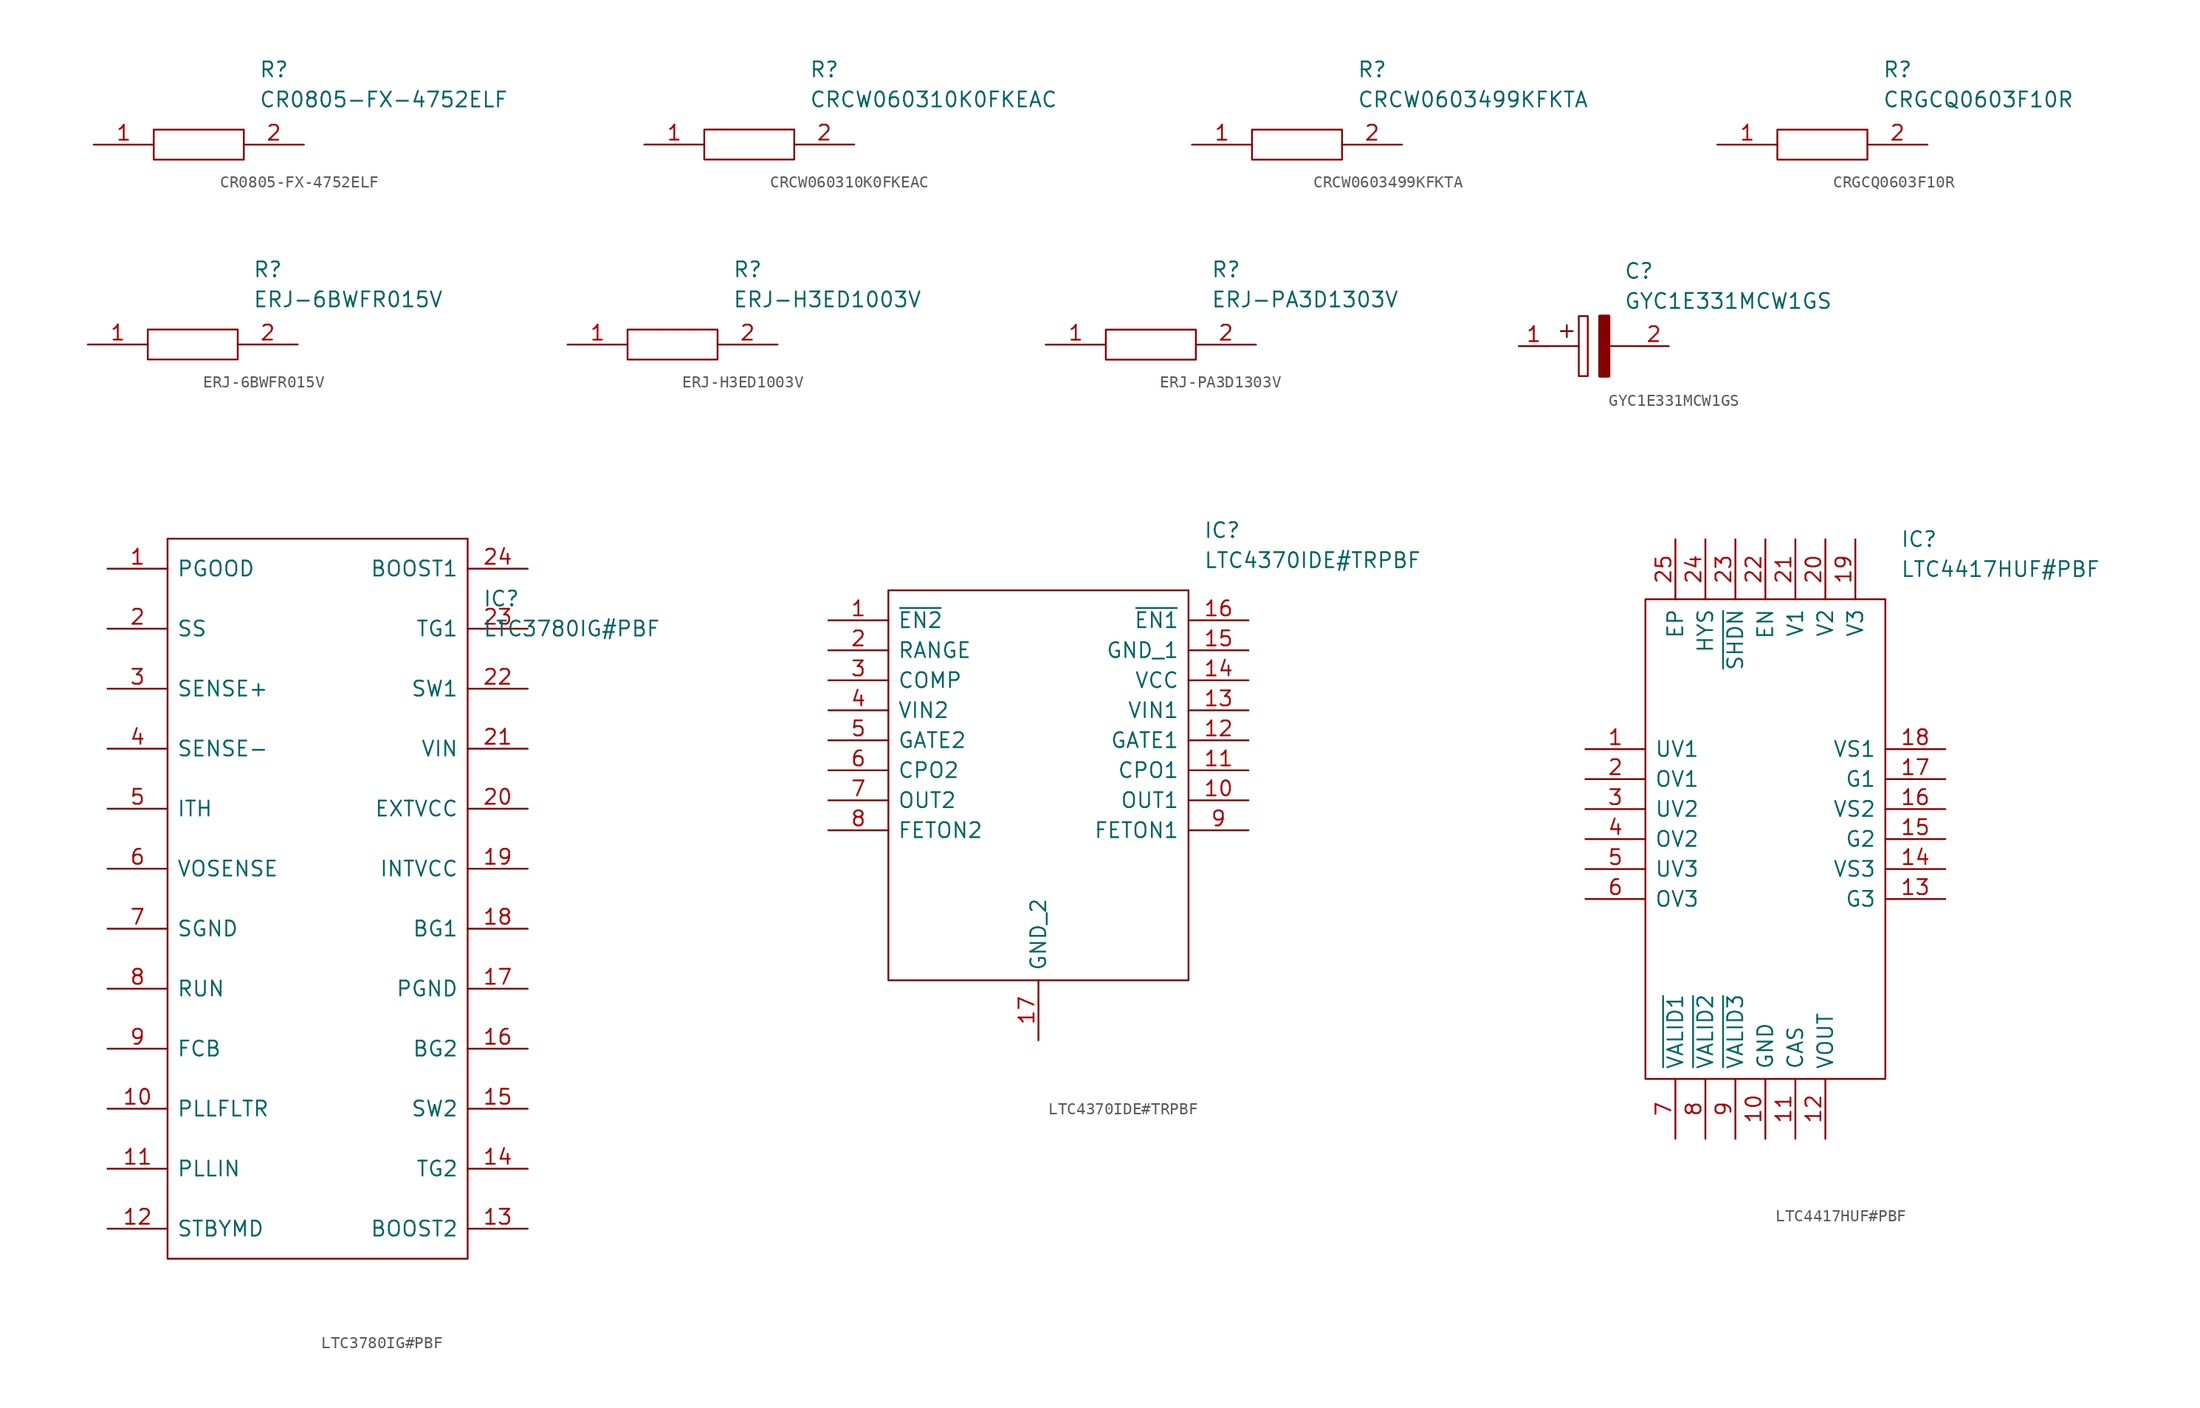
<source format=kicad_sym>
(kicad_symbol_lib
  (version 20211014)
  (generator kicad_symbol_editor)
  (symbol "CR0805-FX-4752ELF"
    (pin_names
      (offset 0.762))
    (property "Reference" "R"
      (at 13.97 6.35 0)
      (effects (font (size 1.27 1.27)) (justify left)))
    (property "Value" "CR0805-FX-4752ELF"
      (at 13.97 3.81 0)
      (effects (font (size 1.27 1.27)) (justify left)))
    (symbol "CR0805-FX-4752ELF_0_0"
      (pin passive line (at 0 0 0) (length 5.08) (name "~" (effects (font (size 1.27 1.27)))) (number "1" (effects (font (size 1.27 1.27)))))
      (pin passive line (at 17.78 0 180) (length 5.08) (name "~" (effects (font (size 1.27 1.27)))) (number "2" (effects (font (size 1.27 1.27))))))
    (symbol "CR0805-FX-4752ELF_0_1"
      (polyline (pts (xy 5.08 1.27) (xy 12.7 1.27) (xy 12.7 -1.27) (xy 5.08 -1.27) (xy 5.08 1.27)) (stroke (width 0.152) (type default) (color 0 0 0 0)) (fill (type none)))))
  (symbol "CRCW060310K0FKEAC"
    (pin_names
      (offset 0.762))
    (property "Reference" "R"
      (at 13.97 6.35 0)
      (effects (font (size 1.27 1.27)) (justify left)))
    (property "Value" "CRCW060310K0FKEAC"
      (at 13.97 3.81 0)
      (effects (font (size 1.27 1.27)) (justify left)))
    (symbol "CRCW060310K0FKEAC_0_0"
      (pin passive line (at 0 0 0) (length 5.08) (name "~" (effects (font (size 1.27 1.27)))) (number "1" (effects (font (size 1.27 1.27)))))
      (pin passive line (at 17.78 0 180) (length 5.08) (name "~" (effects (font (size 1.27 1.27)))) (number "2" (effects (font (size 1.27 1.27))))))
    (symbol "CRCW060310K0FKEAC_0_1"
      (polyline (pts (xy 5.08 1.27) (xy 12.7 1.27) (xy 12.7 -1.27) (xy 5.08 -1.27) (xy 5.08 1.27)) (stroke (width 0.152) (type default) (color 0 0 0 0)) (fill (type none)))))
  (symbol "CRCW0603499KFKTA"
    (pin_names
      (offset 0.762))
    (property "Reference" "R"
      (at 13.97 6.35 0)
      (effects (font (size 1.27 1.27)) (justify left)))
    (property "Value" "CRCW0603499KFKTA"
      (at 13.97 3.81 0)
      (effects (font (size 1.27 1.27)) (justify left)))
    (symbol "CRCW0603499KFKTA_0_0"
      (pin passive line (at 0 0 0) (length 5.08) (name "~" (effects (font (size 1.27 1.27)))) (number "1" (effects (font (size 1.27 1.27)))))
      (pin passive line (at 17.78 0 180) (length 5.08) (name "~" (effects (font (size 1.27 1.27)))) (number "2" (effects (font (size 1.27 1.27))))))
    (symbol "CRCW0603499KFKTA_0_1"
      (polyline (pts (xy 5.08 1.27) (xy 12.7 1.27) (xy 12.7 -1.27) (xy 5.08 -1.27) (xy 5.08 1.27)) (stroke (width 0.152) (type default) (color 0 0 0 0)) (fill (type none)))))
  (symbol "CRGCQ0603F10R"
    (pin_names
      (offset 0.762))
    (property "Reference" "R"
      (at 13.97 6.35 0)
      (effects (font (size 1.27 1.27)) (justify left)))
    (property "Value" "CRGCQ0603F10R"
      (at 13.97 3.81 0)
      (effects (font (size 1.27 1.27)) (justify left)))
    (symbol "CRGCQ0603F10R_0_0"
      (pin passive line (at 0 0 0) (length 5.08) (name "~" (effects (font (size 1.27 1.27)))) (number "1" (effects (font (size 1.27 1.27)))))
      (pin passive line (at 17.78 0 180) (length 5.08) (name "~" (effects (font (size 1.27 1.27)))) (number "2" (effects (font (size 1.27 1.27))))))
    (symbol "CRGCQ0603F10R_0_1"
      (polyline (pts (xy 5.08 1.27) (xy 12.7 1.27) (xy 12.7 -1.27) (xy 5.08 -1.27) (xy 5.08 1.27)) (stroke (width 0.152) (type default) (color 0 0 0 0)) (fill (type none)))))
  (symbol "ERJ-6BWFR015V"
    (pin_names
      (offset 0.762))
    (property "Reference" "R"
      (at 13.97 6.35 0)
      (effects (font (size 1.27 1.27)) (justify left)))
    (property "Value" "ERJ-6BWFR015V"
      (at 13.97 3.81 0)
      (effects (font (size 1.27 1.27)) (justify left)))
    (symbol "ERJ-6BWFR015V_0_0"
      (pin passive line (at 0 0 0) (length 5.08) (name "~" (effects (font (size 1.27 1.27)))) (number "1" (effects (font (size 1.27 1.27)))))
      (pin passive line (at 17.78 0 180) (length 5.08) (name "~" (effects (font (size 1.27 1.27)))) (number "2" (effects (font (size 1.27 1.27))))))
    (symbol "ERJ-6BWFR015V_0_1"
      (polyline (pts (xy 5.08 1.27) (xy 12.7 1.27) (xy 12.7 -1.27) (xy 5.08 -1.27) (xy 5.08 1.27)) (stroke (width 0.152) (type default) (color 0 0 0 0)) (fill (type none)))))
  (symbol "ERJ-H3ED1003V"
    (pin_names
      (offset 0.762))
    (property "Reference" "R"
      (at 13.97 6.35 0)
      (effects (font (size 1.27 1.27)) (justify left)))
    (property "Value" "ERJ-H3ED1003V"
      (at 13.97 3.81 0)
      (effects (font (size 1.27 1.27)) (justify left)))
    (symbol "ERJ-H3ED1003V_0_0"
      (pin passive line (at 0 0 0) (length 5.08) (name "~" (effects (font (size 1.27 1.27)))) (number "1" (effects (font (size 1.27 1.27)))))
      (pin passive line (at 17.78 0 180) (length 5.08) (name "~" (effects (font (size 1.27 1.27)))) (number "2" (effects (font (size 1.27 1.27))))))
    (symbol "ERJ-H3ED1003V_0_1"
      (polyline (pts (xy 5.08 1.27) (xy 12.7 1.27) (xy 12.7 -1.27) (xy 5.08 -1.27) (xy 5.08 1.27)) (stroke (width 0.152) (type default) (color 0 0 0 0)) (fill (type none)))))
  (symbol "ERJ-PA3D1303V"
    (pin_names
      (offset 0.762))
    (property "Reference" "R"
      (at 13.97 6.35 0)
      (effects (font (size 1.27 1.27)) (justify left)))
    (property "Value" "ERJ-PA3D1303V"
      (at 13.97 3.81 0)
      (effects (font (size 1.27 1.27)) (justify left)))
    (symbol "ERJ-PA3D1303V_0_0"
      (pin passive line (at 0 0 0) (length 5.08) (name "~" (effects (font (size 1.27 1.27)))) (number "1" (effects (font (size 1.27 1.27)))))
      (pin passive line (at 17.78 0 180) (length 5.08) (name "~" (effects (font (size 1.27 1.27)))) (number "2" (effects (font (size 1.27 1.27))))))
    (symbol "ERJ-PA3D1303V_0_1"
      (polyline (pts (xy 5.08 1.27) (xy 12.7 1.27) (xy 12.7 -1.27) (xy 5.08 -1.27) (xy 5.08 1.27)) (stroke (width 0.152) (type default) (color 0 0 0 0)) (fill (type none)))))
  (symbol "GYC1E331MCW1GS"
    (pin_names
      (offset 0.762))
    (property "Reference" "C"
      (at 8.89 6.35 0)
      (effects (font (size 1.27 1.27)) (justify left)))
    (property "Value" "GYC1E331MCW1GS"
      (at 8.89 3.81 0)
      (effects (font (size 1.27 1.27)) (justify left)))
    (symbol "GYC1E331MCW1GS_0_0"
      (pin passive line (at 0 0 0) (length 2.54) (name "~" (effects (font (size 1.27 1.27)))) (number "1" (effects (font (size 1.27 1.27)))))
      (pin passive line (at 12.7 0 180) (length 2.54) (name "~" (effects (font (size 1.27 1.27)))) (number "2" (effects (font (size 1.27 1.27))))))
    (symbol "GYC1E331MCW1GS_0_1"
      (polyline (pts (xy 2.54 0) (xy 5.08 0)) (stroke (width 0.152) (type default) (color 0 0 0 0)) (fill (type none)))
      (polyline (pts (xy 4.064 1.778) (xy 4.064 0.762)) (stroke (width 0.152) (type default) (color 0 0 0 0)) (fill (type none)))
      (polyline (pts (xy 4.572 1.27) (xy 3.556 1.27)) (stroke (width 0.152) (type default) (color 0 0 0 0)) (fill (type none)))
      (polyline (pts (xy 7.62 0) (xy 10.16 0)) (stroke (width 0.152) (type default) (color 0 0 0 0)) (fill (type none)))
      (polyline (pts (xy 5.08 2.54) (xy 5.08 -2.54) (xy 5.842 -2.54) (xy 5.842 2.54) (xy 5.08 2.54)) (stroke (width 0.152) (type default) (color 0 0 0 0)) (fill (type none)))
      (polyline (pts (xy 7.62 2.54) (xy 7.62 -2.54) (xy 6.858 -2.54) (xy 6.858 2.54) (xy 7.62 2.54)) (stroke (width 0.254) (type default) (color 0 0 0 0)) (fill (type outline)))))
  (symbol "LTC3780IG#PBF"
    (pin_names
      (offset 0.762))
    (property "Reference" "IC"
      (at 31.75 7.62 0)
      (effects (font (size 1.27 1.27)) (justify left)))
    (property "Value" "LTC3780IG#PBF"
      (at 31.75 5.08 0)
      (effects (font (size 1.27 1.27)) (justify left)))
    (symbol "LTC3780IG#PBF_0_0"
      (pin passive line (at 0 10.16 0) (length 5.08) (name "PGOOD" (effects (font (size 1.27 1.27)))) (number "1" (effects (font (size 1.27 1.27)))))
      (pin passive line (at 0 -35.56 0) (length 5.08) (name "PLLFLTR" (effects (font (size 1.27 1.27)))) (number "10" (effects (font (size 1.27 1.27)))))
      (pin passive line (at 0 -40.64 0) (length 5.08) (name "PLLIN" (effects (font (size 1.27 1.27)))) (number "11" (effects (font (size 1.27 1.27)))))
      (pin passive line (at 0 -45.72 0) (length 5.08) (name "STBYMD" (effects (font (size 1.27 1.27)))) (number "12" (effects (font (size 1.27 1.27)))))
      (pin passive line (at 35.56 -45.72 180) (length 5.08) (name "BOOST2" (effects (font (size 1.27 1.27)))) (number "13" (effects (font (size 1.27 1.27)))))
      (pin passive line (at 35.56 -40.64 180) (length 5.08) (name "TG2" (effects (font (size 1.27 1.27)))) (number "14" (effects (font (size 1.27 1.27)))))
      (pin passive line (at 35.56 -35.56 180) (length 5.08) (name "SW2" (effects (font (size 1.27 1.27)))) (number "15" (effects (font (size 1.27 1.27)))))
      (pin passive line (at 35.56 -30.48 180) (length 5.08) (name "BG2" (effects (font (size 1.27 1.27)))) (number "16" (effects (font (size 1.27 1.27)))))
      (pin passive line (at 35.56 -25.4 180) (length 5.08) (name "PGND" (effects (font (size 1.27 1.27)))) (number "17" (effects (font (size 1.27 1.27)))))
      (pin passive line (at 35.56 -20.32 180) (length 5.08) (name "BG1" (effects (font (size 1.27 1.27)))) (number "18" (effects (font (size 1.27 1.27)))))
      (pin passive line (at 35.56 -15.24 180) (length 5.08) (name "INTVCC" (effects (font (size 1.27 1.27)))) (number "19" (effects (font (size 1.27 1.27)))))
      (pin passive line (at 0 5.08 0) (length 5.08) (name "SS" (effects (font (size 1.27 1.27)))) (number "2" (effects (font (size 1.27 1.27)))))
      (pin passive line (at 35.56 -10.16 180) (length 5.08) (name "EXTVCC" (effects (font (size 1.27 1.27)))) (number "20" (effects (font (size 1.27 1.27)))))
      (pin passive line (at 35.56 -5.08 180) (length 5.08) (name "VIN" (effects (font (size 1.27 1.27)))) (number "21" (effects (font (size 1.27 1.27)))))
      (pin passive line (at 35.56 0 180) (length 5.08) (name "SW1" (effects (font (size 1.27 1.27)))) (number "22" (effects (font (size 1.27 1.27)))))
      (pin passive line (at 35.56 5.08 180) (length 5.08) (name "TG1" (effects (font (size 1.27 1.27)))) (number "23" (effects (font (size 1.27 1.27)))))
      (pin passive line (at 35.56 10.16 180) (length 5.08) (name "BOOST1" (effects (font (size 1.27 1.27)))) (number "24" (effects (font (size 1.27 1.27)))))
      (pin passive line (at 0 0 0) (length 5.08) (name "SENSE+" (effects (font (size 1.27 1.27)))) (number "3" (effects (font (size 1.27 1.27)))))
      (pin passive line (at 0 -5.08 0) (length 5.08) (name "SENSE-" (effects (font (size 1.27 1.27)))) (number "4" (effects (font (size 1.27 1.27)))))
      (pin passive line (at 0 -10.16 0) (length 5.08) (name "ITH" (effects (font (size 1.27 1.27)))) (number "5" (effects (font (size 1.27 1.27)))))
      (pin passive line (at 0 -15.24 0) (length 5.08) (name "VOSENSE" (effects (font (size 1.27 1.27)))) (number "6" (effects (font (size 1.27 1.27)))))
      (pin passive line (at 0 -20.32 0) (length 5.08) (name "SGND" (effects (font (size 1.27 1.27)))) (number "7" (effects (font (size 1.27 1.27)))))
      (pin passive line (at 0 -25.4 0) (length 5.08) (name "RUN" (effects (font (size 1.27 1.27)))) (number "8" (effects (font (size 1.27 1.27)))))
      (pin passive line (at 0 -30.48 0) (length 5.08) (name "FCB" (effects (font (size 1.27 1.27)))) (number "9" (effects (font (size 1.27 1.27))))))
    (symbol "LTC3780IG#PBF_0_1"
      (polyline (pts (xy 5.08 12.7) (xy 30.48 12.7) (xy 30.48 -48.26) (xy 5.08 -48.26) (xy 5.08 12.7)) (stroke (width 0.152) (type default) (color 0 0 0 0)) (fill (type none)))))
  (symbol "LTC4370IDE#TRPBF"
    (pin_names
      (offset 0.762))
    (property "Reference" "IC"
      (at 31.75 7.62 0)
      (effects (font (size 1.27 1.27)) (justify left)))
    (property "Value" "LTC4370IDE#TRPBF"
      (at 31.75 5.08 0)
      (effects (font (size 1.27 1.27)) (justify left)))
    (symbol "LTC4370IDE#TRPBF_0_0"
      (pin passive line (at 0 0 0) (length 5.08) (name "~{EN2}" (effects (font (size 1.27 1.27)))) (number "1" (effects (font (size 1.27 1.27)))))
      (pin passive line (at 35.56 -15.24 180) (length 5.08) (name "OUT1" (effects (font (size 1.27 1.27)))) (number "10" (effects (font (size 1.27 1.27)))))
      (pin passive line (at 35.56 -12.7 180) (length 5.08) (name "CPO1" (effects (font (size 1.27 1.27)))) (number "11" (effects (font (size 1.27 1.27)))))
      (pin passive line (at 35.56 -10.16 180) (length 5.08) (name "GATE1" (effects (font (size 1.27 1.27)))) (number "12" (effects (font (size 1.27 1.27)))))
      (pin passive line (at 35.56 -7.62 180) (length 5.08) (name "VIN1" (effects (font (size 1.27 1.27)))) (number "13" (effects (font (size 1.27 1.27)))))
      (pin passive line (at 35.56 -5.08 180) (length 5.08) (name "VCC" (effects (font (size 1.27 1.27)))) (number "14" (effects (font (size 1.27 1.27)))))
      (pin passive line (at 35.56 -2.54 180) (length 5.08) (name "GND_1" (effects (font (size 1.27 1.27)))) (number "15" (effects (font (size 1.27 1.27)))))
      (pin passive line (at 35.56 0 180) (length 5.08) (name "~{EN1}" (effects (font (size 1.27 1.27)))) (number "16" (effects (font (size 1.27 1.27)))))
      (pin passive line (at 17.78 -35.56 90) (length 5.08) (name "GND_2" (effects (font (size 1.27 1.27)))) (number "17" (effects (font (size 1.27 1.27)))))
      (pin passive line (at 0 -2.54 0) (length 5.08) (name "RANGE" (effects (font (size 1.27 1.27)))) (number "2" (effects (font (size 1.27 1.27)))))
      (pin passive line (at 0 -5.08 0) (length 5.08) (name "COMP" (effects (font (size 1.27 1.27)))) (number "3" (effects (font (size 1.27 1.27)))))
      (pin passive line (at 0 -7.62 0) (length 5.08) (name "VIN2" (effects (font (size 1.27 1.27)))) (number "4" (effects (font (size 1.27 1.27)))))
      (pin passive line (at 0 -10.16 0) (length 5.08) (name "GATE2" (effects (font (size 1.27 1.27)))) (number "5" (effects (font (size 1.27 1.27)))))
      (pin passive line (at 0 -12.7 0) (length 5.08) (name "CPO2" (effects (font (size 1.27 1.27)))) (number "6" (effects (font (size 1.27 1.27)))))
      (pin passive line (at 0 -15.24 0) (length 5.08) (name "OUT2" (effects (font (size 1.27 1.27)))) (number "7" (effects (font (size 1.27 1.27)))))
      (pin passive line (at 0 -17.78 0) (length 5.08) (name "FETON2" (effects (font (size 1.27 1.27)))) (number "8" (effects (font (size 1.27 1.27)))))
      (pin passive line (at 35.56 -17.78 180) (length 5.08) (name "FETON1" (effects (font (size 1.27 1.27)))) (number "9" (effects (font (size 1.27 1.27))))))
    (symbol "LTC4370IDE#TRPBF_0_1"
      (polyline (pts (xy 5.08 2.54) (xy 30.48 2.54) (xy 30.48 -30.48) (xy 5.08 -30.48) (xy 5.08 2.54)) (stroke (width 0.152) (type default) (color 0 0 0 0)) (fill (type none)))))
  (symbol "LTC4417HUF#PBF"
    (pin_names
      (offset 0.762))
    (property "Reference" "IC"
      (at 26.67 17.78 0)
      (effects (font (size 1.27 1.27)) (justify left)))
    (property "Value" "LTC4417HUF#PBF"
      (at 26.67 15.24 0)
      (effects (font (size 1.27 1.27)) (justify left)))
    (symbol "LTC4417HUF#PBF_0_0"
      (pin passive line (at 0 0 0) (length 5.08) (name "UV1" (effects (font (size 1.27 1.27)))) (number "1" (effects (font (size 1.27 1.27)))))
      (pin passive line (at 15.24 -33.02 90) (length 5.08) (name "GND" (effects (font (size 1.27 1.27)))) (number "10" (effects (font (size 1.27 1.27)))))
      (pin passive line (at 17.78 -33.02 90) (length 5.08) (name "CAS" (effects (font (size 1.27 1.27)))) (number "11" (effects (font (size 1.27 1.27)))))
      (pin passive line (at 20.32 -33.02 90) (length 5.08) (name "VOUT" (effects (font (size 1.27 1.27)))) (number "12" (effects (font (size 1.27 1.27)))))
      (pin passive line (at 30.48 -12.7 180) (length 5.08) (name "G3" (effects (font (size 1.27 1.27)))) (number "13" (effects (font (size 1.27 1.27)))))
      (pin passive line (at 30.48 -10.16 180) (length 5.08) (name "VS3" (effects (font (size 1.27 1.27)))) (number "14" (effects (font (size 1.27 1.27)))))
      (pin passive line (at 30.48 -7.62 180) (length 5.08) (name "G2" (effects (font (size 1.27 1.27)))) (number "15" (effects (font (size 1.27 1.27)))))
      (pin passive line (at 30.48 -5.08 180) (length 5.08) (name "VS2" (effects (font (size 1.27 1.27)))) (number "16" (effects (font (size 1.27 1.27)))))
      (pin passive line (at 30.48 -2.54 180) (length 5.08) (name "G1" (effects (font (size 1.27 1.27)))) (number "17" (effects (font (size 1.27 1.27)))))
      (pin passive line (at 30.48 0 180) (length 5.08) (name "VS1" (effects (font (size 1.27 1.27)))) (number "18" (effects (font (size 1.27 1.27)))))
      (pin passive line (at 22.86 17.78 270) (length 5.08) (name "V3" (effects (font (size 1.27 1.27)))) (number "19" (effects (font (size 1.27 1.27)))))
      (pin passive line (at 0 -2.54 0) (length 5.08) (name "OV1" (effects (font (size 1.27 1.27)))) (number "2" (effects (font (size 1.27 1.27)))))
      (pin passive line (at 20.32 17.78 270) (length 5.08) (name "V2" (effects (font (size 1.27 1.27)))) (number "20" (effects (font (size 1.27 1.27)))))
      (pin passive line (at 17.78 17.78 270) (length 5.08) (name "V1" (effects (font (size 1.27 1.27)))) (number "21" (effects (font (size 1.27 1.27)))))
      (pin passive line (at 15.24 17.78 270) (length 5.08) (name "EN" (effects (font (size 1.27 1.27)))) (number "22" (effects (font (size 1.27 1.27)))))
      (pin passive line (at 12.7 17.78 270) (length 5.08) (name "~{SHDN}" (effects (font (size 1.27 1.27)))) (number "23" (effects (font (size 1.27 1.27)))))
      (pin passive line (at 10.16 17.78 270) (length 5.08) (name "HYS" (effects (font (size 1.27 1.27)))) (number "24" (effects (font (size 1.27 1.27)))))
      (pin passive line (at 7.62 17.78 270) (length 5.08) (name "EP" (effects (font (size 1.27 1.27)))) (number "25" (effects (font (size 1.27 1.27)))))
      (pin passive line (at 0 -5.08 0) (length 5.08) (name "UV2" (effects (font (size 1.27 1.27)))) (number "3" (effects (font (size 1.27 1.27)))))
      (pin passive line (at 0 -7.62 0) (length 5.08) (name "OV2" (effects (font (size 1.27 1.27)))) (number "4" (effects (font (size 1.27 1.27)))))
      (pin passive line (at 0 -10.16 0) (length 5.08) (name "UV3" (effects (font (size 1.27 1.27)))) (number "5" (effects (font (size 1.27 1.27)))))
      (pin passive line (at 0 -12.7 0) (length 5.08) (name "OV3" (effects (font (size 1.27 1.27)))) (number "6" (effects (font (size 1.27 1.27)))))
      (pin passive line (at 7.62 -33.02 90) (length 5.08) (name "~{VALID1}" (effects (font (size 1.27 1.27)))) (number "7" (effects (font (size 1.27 1.27)))))
      (pin passive line (at 10.16 -33.02 90) (length 5.08) (name "~{VALID2}" (effects (font (size 1.27 1.27)))) (number "8" (effects (font (size 1.27 1.27)))))
      (pin passive line (at 12.7 -33.02 90) (length 5.08) (name "~{VALID3}" (effects (font (size 1.27 1.27)))) (number "9" (effects (font (size 1.27 1.27))))))
    (symbol "LTC4417HUF#PBF_0_1"
      (polyline (pts (xy 5.08 12.7) (xy 25.4 12.7) (xy 25.4 -27.94) (xy 5.08 -27.94) (xy 5.08 12.7)) (stroke (width 0.152) (type default) (color 0 0 0 0)) (fill (type none))))))
</source>
